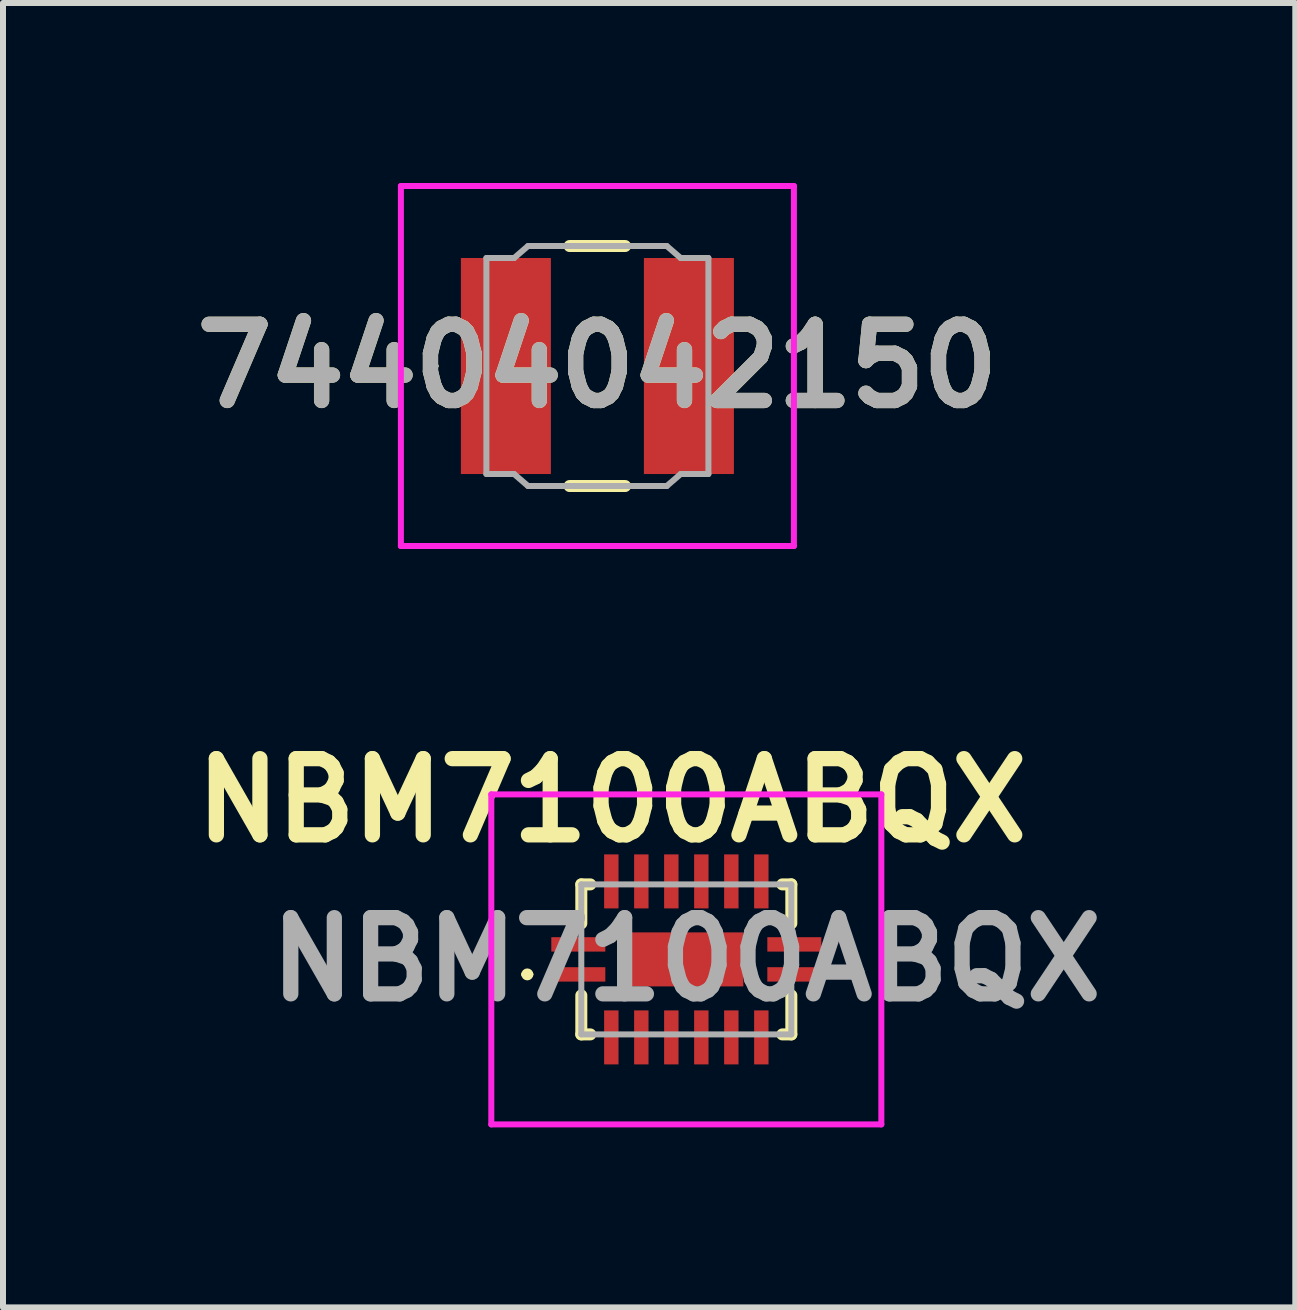
<source format=kicad_pcb>
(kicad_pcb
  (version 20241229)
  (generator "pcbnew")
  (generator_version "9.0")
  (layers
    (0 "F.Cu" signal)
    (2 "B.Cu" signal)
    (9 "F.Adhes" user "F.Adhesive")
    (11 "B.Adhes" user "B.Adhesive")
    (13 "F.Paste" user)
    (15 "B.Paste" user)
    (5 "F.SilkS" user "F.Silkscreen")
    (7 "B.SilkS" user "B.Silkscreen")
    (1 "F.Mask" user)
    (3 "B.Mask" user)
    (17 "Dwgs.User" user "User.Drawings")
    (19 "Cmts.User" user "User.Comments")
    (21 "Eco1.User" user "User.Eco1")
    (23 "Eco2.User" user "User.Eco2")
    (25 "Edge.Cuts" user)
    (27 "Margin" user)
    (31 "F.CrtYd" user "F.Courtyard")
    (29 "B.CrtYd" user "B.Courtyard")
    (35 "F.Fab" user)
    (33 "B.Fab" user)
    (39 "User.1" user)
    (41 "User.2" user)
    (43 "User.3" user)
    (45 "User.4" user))
  (footprint "NBM7100ABQX"
    (layer "F.Cu")
    (at 8.388 12.939)
    (property "Reference" "NBM7100ABQX" (at -1.24 -2.65 0) (layer "F.SilkS") (effects (font (size 1.27 1.27) (thickness 0.254))))
    (attr smd)
    (fp_line (start -2.7 0.25) (end -2.7 0.25) (stroke (width 0.1) (type solid)) (layer "F.SilkS"))
    (fp_line (start -2.6 0.25) (end -2.6 0.25) (stroke (width 0.1) (type solid)) (layer "F.SilkS"))
    (fp_line (start -1.75 -1.25) (end -1.6 -1.25) (stroke (width 0.2) (type solid)) (layer "F.SilkS"))
    (fp_line (start -1.75 -0.6) (end -1.75 -1.25) (stroke (width 0.2) (type solid)) (layer "F.SilkS"))
    (fp_line (start -1.75 0.6) (end -1.75 1.25) (stroke (width 0.2) (type solid)) (layer "F.SilkS"))
    (fp_line (start -1.75 1.25) (end -1.6 1.25) (stroke (width 0.2) (type solid)) (layer "F.SilkS"))
    (fp_line (start 1.6 -1.25) (end 1.75 -1.25) (stroke (width 0.2) (type solid)) (layer "F.SilkS"))
    (fp_line (start 1.75 -1.25) (end 1.75 -0.6) (stroke (width 0.2) (type solid)) (layer "F.SilkS"))
    (fp_line (start 1.75 0.6) (end 1.75 1.25) (stroke (width 0.2) (type solid)) (layer "F.SilkS"))
    (fp_line (start 1.75 1.25) (end 1.6 1.25) (stroke (width 0.2) (type solid)) (layer "F.SilkS"))
    (fp_arc (start -2.7 0.25) (mid -2.65 0.2) (end -2.6 0.25) (stroke (width 0.1) (type solid)) (layer "F.SilkS"))
    (fp_arc (start -2.6 0.25) (mid -2.65 0.3) (end -2.7 0.25) (stroke (width 0.1) (type solid)) (layer "F.SilkS"))
    (fp_line (start -3.25 -2.75) (end 3.25 -2.75) (stroke (width 0.1) (type solid)) (layer "F.CrtYd"))
    (fp_line (start -3.25 2.75) (end -3.25 -2.75) (stroke (width 0.1) (type solid)) (layer "F.CrtYd"))
    (fp_line (start 3.25 -2.75) (end 3.25 2.75) (stroke (width 0.1) (type solid)) (layer "F.CrtYd"))
    (fp_line (start 3.25 2.75) (end -3.25 2.75) (stroke (width 0.1) (type solid)) (layer "F.CrtYd"))
    (fp_line (start -1.75 -1.25) (end -1.75 1.25) (stroke (width 0.1) (type solid)) (layer "F.Fab"))
    (fp_line (start -1.75 1.25) (end 1.75 1.25) (stroke (width 0.1) (type solid)) (layer "F.Fab"))
    (fp_line (start 1.75 -1.25) (end -1.75 -1.25) (stroke (width 0.1) (type solid)) (layer "F.Fab"))
    (fp_line (start 1.75 1.25) (end 1.75 -1.25) (stroke (width 0.1) (type solid)) (layer "F.Fab"))
    (fp_text user "${REFERENCE}" (at 0 0 0) (layer "F.Fab") (effects (font (size 1.27 1.27) (thickness 0.254))))
    (pad "1" smd rect (at -1.8 0.25 90) (size 0.24 0.9) (layers "F.Cu" "F.Mask" "F.Paste"))
    (pad "2" smd rect (at -1.25 1.3) (size 0.24 0.9) (layers "F.Cu" "F.Mask" "F.Paste"))
    (pad "3" smd rect (at -0.75 1.3) (size 0.24 0.9) (layers "F.Cu" "F.Mask" "F.Paste"))
    (pad "4" smd rect (at -0.25 1.3) (size 0.24 0.9) (layers "F.Cu" "F.Mask" "F.Paste"))
    (pad "5" smd rect (at 0.25 1.3) (size 0.24 0.9) (layers "F.Cu" "F.Mask" "F.Paste"))
    (pad "6" smd rect (at 0.75 1.3) (size 0.24 0.9) (layers "F.Cu" "F.Mask" "F.Paste"))
    (pad "7" smd rect (at 1.25 1.3) (size 0.24 0.9) (layers "F.Cu" "F.Mask" "F.Paste"))
    (pad "8" smd rect (at 1.8 0.25 90) (size 0.24 0.9) (layers "F.Cu" "F.Mask" "F.Paste"))
    (pad "9" smd rect (at 1.8 -0.25 90) (size 0.24 0.9) (layers "F.Cu" "F.Mask" "F.Paste"))
    (pad "10" smd rect (at 1.25 -1.3) (size 0.24 0.9) (layers "F.Cu" "F.Mask" "F.Paste"))
    (pad "11" smd rect (at 0.75 -1.3) (size 0.24 0.9) (layers "F.Cu" "F.Mask" "F.Paste"))
    (pad "12" smd rect (at 0.25 -1.3) (size 0.24 0.9) (layers "F.Cu" "F.Mask" "F.Paste"))
    (pad "13" smd rect (at -0.25 -1.3) (size 0.24 0.9) (layers "F.Cu" "F.Mask" "F.Paste"))
    (pad "14" smd rect (at -0.75 -1.3) (size 0.24 0.9) (layers "F.Cu" "F.Mask" "F.Paste"))
    (pad "15" smd rect (at -1.25 -1.3) (size 0.24 0.9) (layers "F.Cu" "F.Mask" "F.Paste"))
    (pad "16" smd rect (at -1.8 -0.25 90) (size 0.24 0.9) (layers "F.Cu" "F.Mask" "F.Paste"))
    (pad "17" smd rect (at 0 0 90) (size 0.9 1.9) (layers "F.Cu" "F.Mask" "F.Paste")))
  (footprint "74404042150"
    (layer "F.Cu")
    (at 6.906 3.05)
    (property "Reference" "74404042150" (at 0 0 0) (layer "F.SilkS") (effects (font (size 1.27 1.27) (thickness 0.254))))
    (attr smd)
    (fp_line (start -2.8 0) (end -2.8 0) (stroke (width 0.1) (type solid)) (layer "F.SilkS"))
    (fp_line (start -2.7 0) (end -2.7 0) (stroke (width 0.1) (type solid)) (layer "F.SilkS"))
    (fp_line (start -0.463 -2) (end 0.462 -2) (stroke (width 0.2) (type solid)) (layer "F.SilkS"))
    (fp_line (start -0.463 2) (end 0.462 2) (stroke (width 0.2) (type solid)) (layer "F.SilkS"))
    (fp_arc (start -2.8 0) (mid -2.75 -0.05) (end -2.7 0) (stroke (width 0.1) (type solid)) (layer "F.SilkS"))
    (fp_arc (start -2.7 0) (mid -2.75 0.05) (end -2.8 0) (stroke (width 0.1) (type solid)) (layer "F.SilkS"))
    (fp_line (start -3.275 -3) (end 3.275 -3) (stroke (width 0.1) (type solid)) (layer "F.CrtYd"))
    (fp_line (start -3.275 3) (end -3.275 -3) (stroke (width 0.1) (type solid)) (layer "F.CrtYd"))
    (fp_line (start 3.275 -3) (end 3.275 3) (stroke (width 0.1) (type solid)) (layer "F.CrtYd"))
    (fp_line (start 3.275 3) (end -3.275 3) (stroke (width 0.1) (type solid)) (layer "F.CrtYd"))
    (fp_line (start -1.85 -1.8) (end -1.388 -1.8) (stroke (width 0.1) (type solid)) (layer "F.Fab"))
    (fp_line (start -1.85 1.8) (end -1.85 -1.8) (stroke (width 0.1) (type solid)) (layer "F.Fab"))
    (fp_line (start -1.388 -1.8) (end -1.156 -2) (stroke (width 0.1) (type solid)) (layer "F.Fab"))
    (fp_line (start -1.388 1.8) (end -1.85 1.8) (stroke (width 0.1) (type solid)) (layer "F.Fab"))
    (fp_line (start -1.156 -2) (end 1.156 -2) (stroke (width 0.1) (type solid)) (layer "F.Fab"))
    (fp_line (start -1.156 2) (end -1.388 1.8) (stroke (width 0.1) (type solid)) (layer "F.Fab"))
    (fp_line (start 0 2) (end -1.156 2) (stroke (width 0.1) (type solid)) (layer "F.Fab"))
    (fp_line (start 1.156 -2) (end 1.388 -1.8) (stroke (width 0.1) (type solid)) (layer "F.Fab"))
    (fp_line (start 1.156 2) (end 0 2) (stroke (width 0.1) (type solid)) (layer "F.Fab"))
    (fp_line (start 1.388 -1.8) (end 1.85 -1.8) (stroke (width 0.1) (type solid)) (layer "F.Fab"))
    (fp_line (start 1.388 1.8) (end 1.156 2) (stroke (width 0.1) (type solid)) (layer "F.Fab"))
    (fp_line (start 1.85 -1.8) (end 1.85 1.8) (stroke (width 0.1) (type solid)) (layer "F.Fab"))
    (fp_line (start 1.85 1.8) (end 1.388 1.8) (stroke (width 0.1) (type solid)) (layer "F.Fab"))
    (fp_text user "${REFERENCE}" (at 0 0 0) (layer "F.Fab") (effects (font (size 1.27 1.27) (thickness 0.254))))
    (pad "1" smd rect (at -1.525 0) (size 1.5 3.6) (layers "F.Cu" "F.Mask" "F.Paste"))
    (pad "2" smd rect (at 1.525 0) (size 1.5 3.6) (layers "F.Cu" "F.Mask" "F.Paste")))
  (gr_rect
    (start -3 -3)
    (end 18.537 18.739)
    (stroke (width 0.1) (type default))
    (fill no)
    (layer "Edge.Cuts")))
</source>
